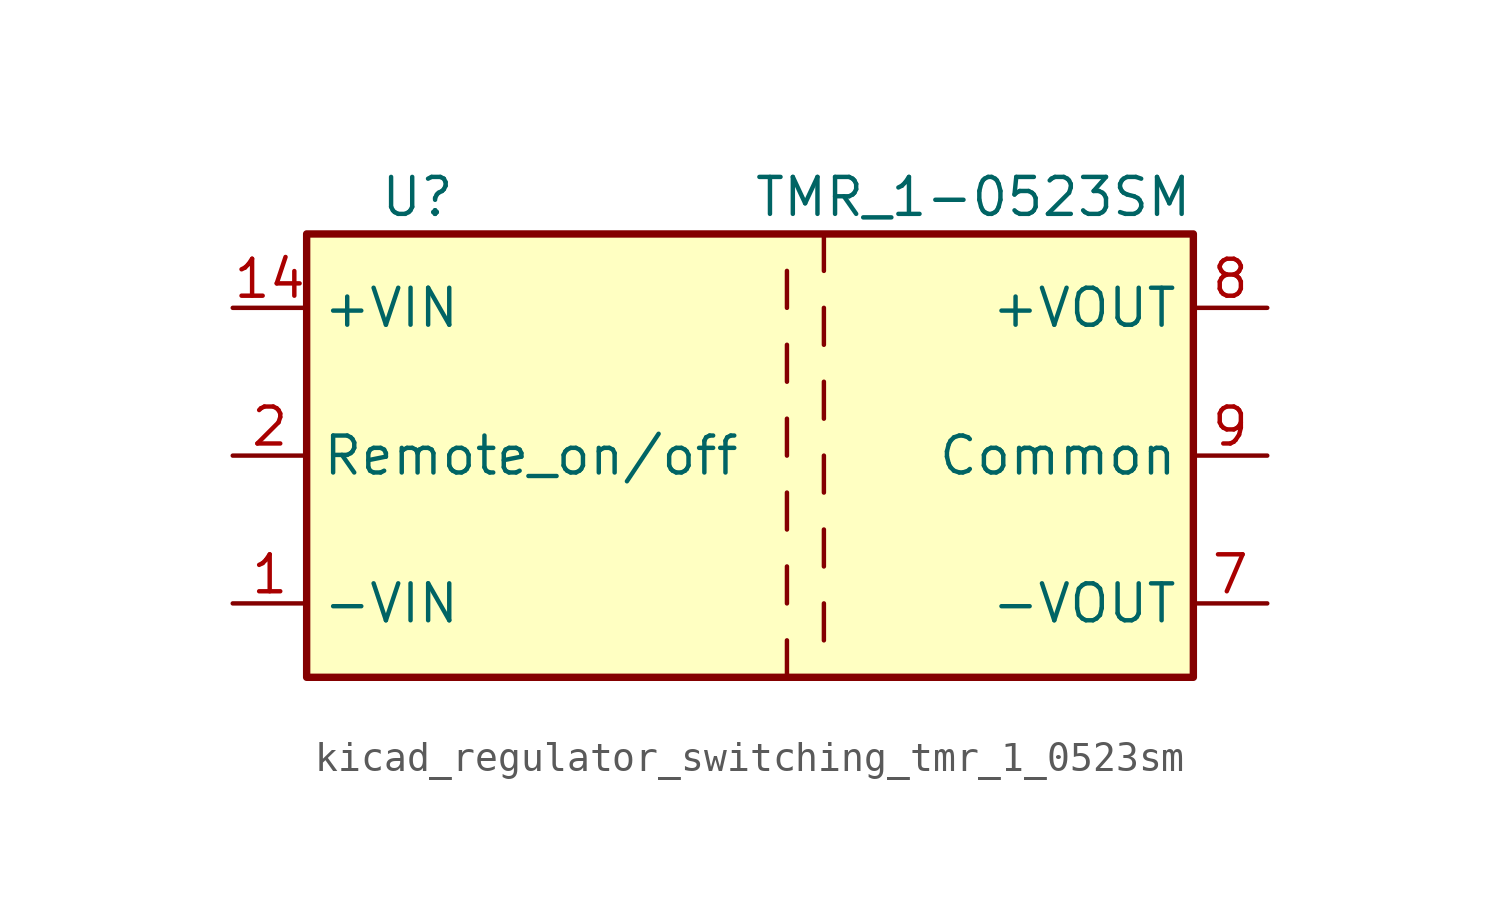
<source format=kicad_sym>
(kicad_symbol_lib
  (version 20220914)
  (generator kicad_symbol_editor)
  (symbol "kicad_regulator_switching_tmr_1_0523sm"
    (property "Reference" "U"
      (at -11.43 8.89 0)
      (effects (font (size 1.27 1.27))))
    (property "Value" "TMR_1-0523SM"
      (at 15.24 8.89 0)
      (effects (font (size 1.27 1.27)) (justify right)))
    (symbol "kicad_regulator_switching_tmr_1_0523sm_0_1"
      (rectangle (start -15.24 7.62) (end 15.24 -7.62) (stroke (width 0.254) (type default)) (fill (type background)))
      (polyline (pts (xy 1.27 -6.35) (xy 1.27 -7.62)) (stroke (width 0) (type default)) (fill (type none)))
      (polyline (pts (xy 1.27 -3.81) (xy 1.27 -5.08)) (stroke (width 0) (type default)) (fill (type none)))
      (polyline (pts (xy 1.27 -1.27) (xy 1.27 -2.54)) (stroke (width 0) (type default)) (fill (type none)))
      (polyline (pts (xy 1.27 1.27) (xy 1.27 0)) (stroke (width 0) (type default)) (fill (type none)))
      (polyline (pts (xy 1.27 3.81) (xy 1.27 2.54)) (stroke (width 0) (type default)) (fill (type none)))
      (polyline (pts (xy 1.27 6.35) (xy 1.27 5.08)) (stroke (width 0) (type default)) (fill (type none)))
      (polyline (pts (xy 2.54 -5.08) (xy 2.54 -6.35)) (stroke (width 0) (type default)) (fill (type none)))
      (polyline (pts (xy 2.54 -2.54) (xy 2.54 -3.81)) (stroke (width 0) (type default)) (fill (type none)))
      (polyline (pts (xy 2.54 0) (xy 2.54 -1.27)) (stroke (width 0) (type default)) (fill (type none)))
      (polyline (pts (xy 2.54 2.54) (xy 2.54 1.27)) (stroke (width 0) (type default)) (fill (type none)))
      (polyline (pts (xy 2.54 5.08) (xy 2.54 3.81)) (stroke (width 0) (type default)) (fill (type none)))
      (polyline (pts (xy 2.54 7.62) (xy 2.54 6.35)) (stroke (width 0) (type default)) (fill (type none))))
    (symbol "kicad_regulator_switching_tmr_1_0523sm_1_1"
      (pin power_in line (at -17.78 -5.08 0) (length 2.54) (name "-VIN" (effects (font (size 1.27 1.27)))) (number "1" (effects (font (size 1.27 1.27)))))
      (pin power_in line (at -17.78 5.08 0) (length 2.54) (name "+VIN" (effects (font (size 1.27 1.27)))) (number "14" (effects (font (size 1.27 1.27)))))
      (pin input line (at -17.78 0 0) (length 2.54) (name "Remote_on/off" (effects (font (size 1.27 1.27)))) (number "2" (effects (font (size 1.27 1.27)))))
      (pin passive line (at 17.78 0 180) (length 2.54) hide (name "Common" (effects (font (size 1.27 1.27)))) (number "6" (effects (font (size 1.27 1.27)))))
      (pin power_out line (at 17.78 -5.08 180) (length 2.54) (name "-VOUT" (effects (font (size 1.27 1.27)))) (number "7" (effects (font (size 1.27 1.27)))))
      (pin power_out line (at 17.78 5.08 180) (length 2.54) (name "+VOUT" (effects (font (size 1.27 1.27)))) (number "8" (effects (font (size 1.27 1.27)))))
      (pin power_out line (at 17.78 0 180) (length 2.54) (name "Common" (effects (font (size 1.27 1.27)))) (number "9" (effects (font (size 1.27 1.27))))))))
</source>
